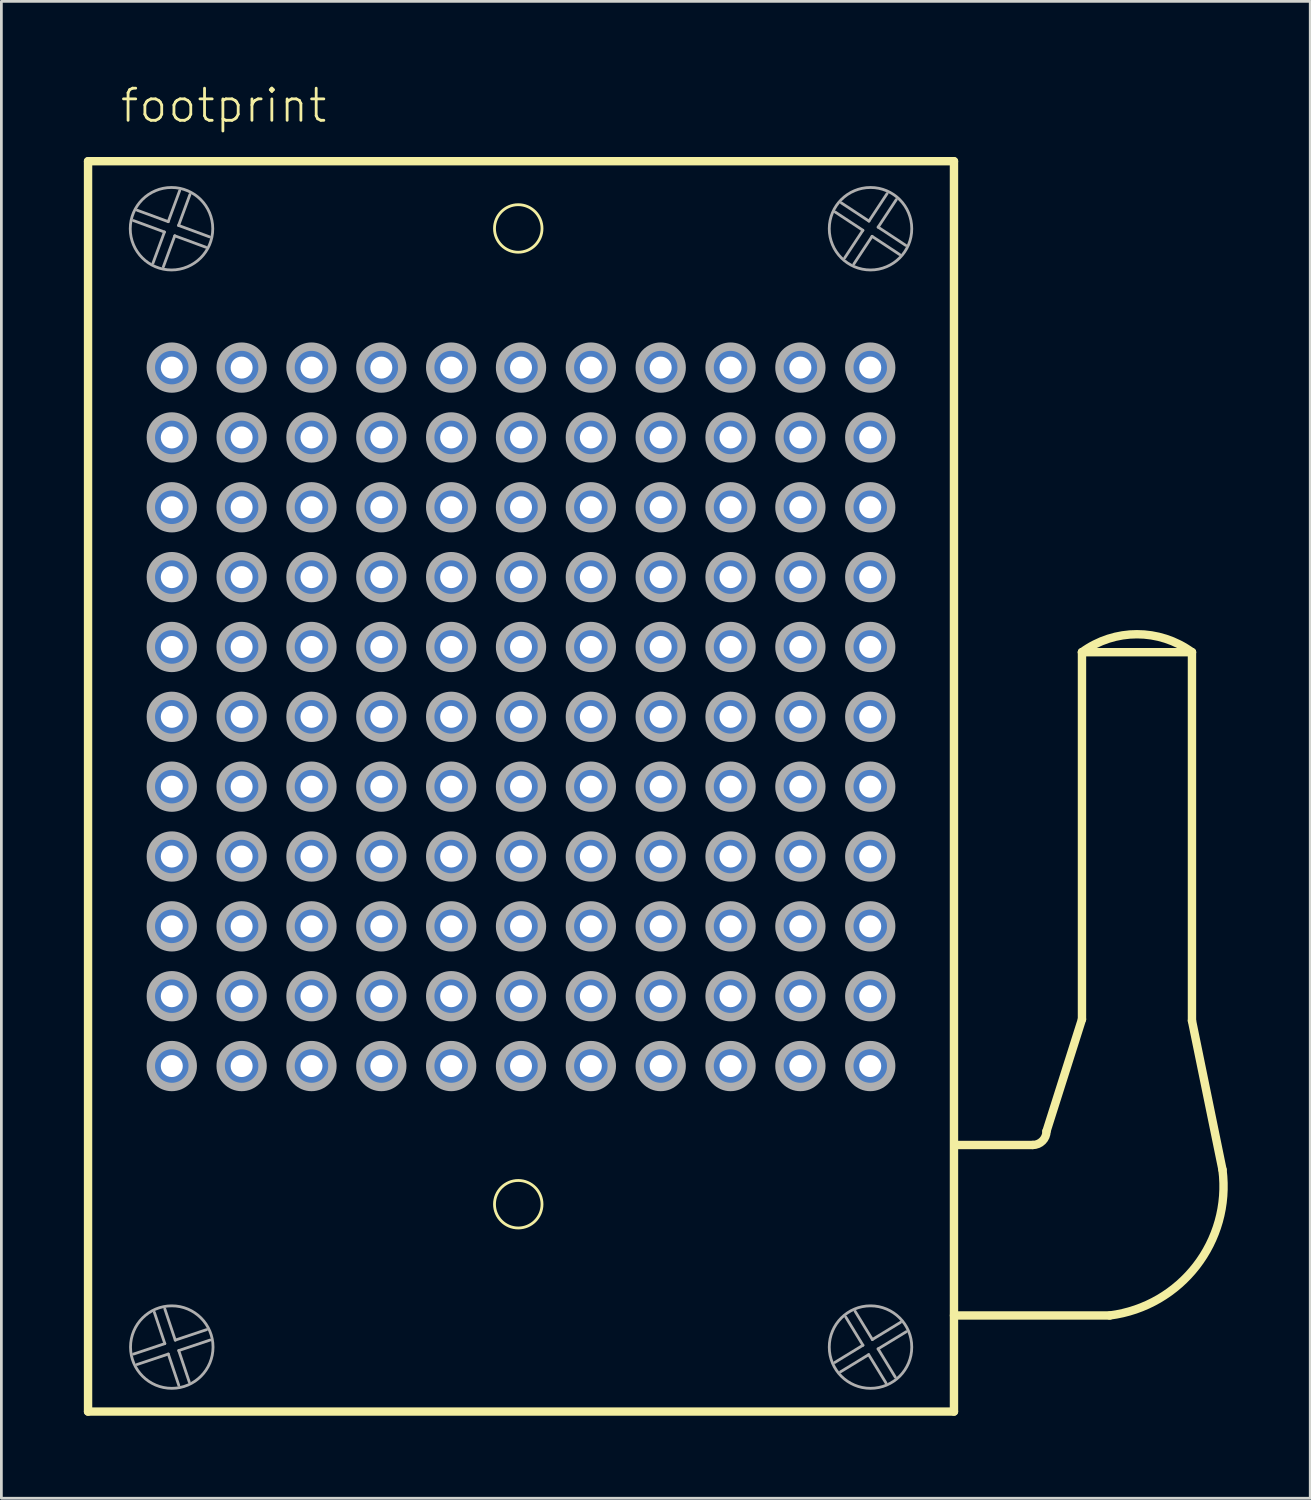
<source format=kicad_pcb>
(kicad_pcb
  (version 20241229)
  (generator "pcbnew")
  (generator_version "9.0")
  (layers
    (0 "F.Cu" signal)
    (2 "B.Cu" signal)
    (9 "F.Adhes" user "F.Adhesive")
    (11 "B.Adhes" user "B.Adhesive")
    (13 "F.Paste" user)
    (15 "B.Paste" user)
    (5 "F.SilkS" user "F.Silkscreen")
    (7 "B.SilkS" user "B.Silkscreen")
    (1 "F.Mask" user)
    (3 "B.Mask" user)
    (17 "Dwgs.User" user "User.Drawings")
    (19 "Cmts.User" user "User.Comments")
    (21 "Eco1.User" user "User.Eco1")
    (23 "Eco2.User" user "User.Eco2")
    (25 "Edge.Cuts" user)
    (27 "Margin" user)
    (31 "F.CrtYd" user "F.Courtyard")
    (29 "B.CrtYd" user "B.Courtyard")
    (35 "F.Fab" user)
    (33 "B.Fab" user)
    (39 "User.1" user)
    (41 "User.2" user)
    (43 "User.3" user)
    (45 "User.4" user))
  (footprint "footprint"
    (layer "F.Cu")
    (at 15.897 23.018)
    (property "Reference" "footprint" (at -14.635 -21.545 0) (layer "F.SilkS") (effects (font (size 1.168 1.168) (thickness 0.102)) (justify left bottom)))
    (fp_line (start -15.745 -20.205) (end 15.745 -20.205) (stroke (width 0.305) (type solid)) (layer "F.SilkS"))
    (fp_line (start -15.745 25.265) (end -15.745 -20.205) (stroke (width 0.305) (type solid)) (layer "F.SilkS"))
    (fp_line (start 15.745 -20.205) (end 15.745 25.265) (stroke (width 0.305) (type solid)) (layer "F.SilkS"))
    (fp_line (start 15.745 25.265) (end -15.745 25.265) (stroke (width 0.305) (type solid)) (layer "F.SilkS"))
    (fp_line (start 18.61 15.57) (end 15.846 15.57) (stroke (width 0.305) (type solid)) (layer "F.SilkS"))
    (fp_line (start 19.11 15.07) (end 20.4 11) (stroke (width 0.305) (type solid)) (layer "F.SilkS"))
    (fp_line (start 20.4 -2.35) (end 24.4 -2.35) (stroke (width 0.305) (type solid)) (layer "F.SilkS"))
    (fp_line (start 20.4 11) (end 20.4 -2.35) (stroke (width 0.305) (type solid)) (layer "F.SilkS"))
    (fp_line (start 21.41 21.77) (end 15.746 21.77) (stroke (width 0.305) (type solid)) (layer "F.SilkS"))
    (fp_line (start 24.4 -2.35) (end 24.4 11.05) (stroke (width 0.305) (type solid)) (layer "F.SilkS"))
    (fp_line (start 24.4 11.05) (end 25.51 16.47) (stroke (width 0.305) (type solid)) (layer "F.SilkS"))
    (fp_arc (start 19.11 15.07) (mid 18.963553 15.423553) (end 18.61 15.57) (stroke (width 0.3048) (type solid)) (layer "F.SilkS"))
    (fp_arc (start 20.4 -2.35) (mid 22.4 -3.003325) (end 24.4 -2.35) (stroke (width 0.3048) (type solid)) (layer "F.SilkS"))
    (fp_arc (start 25.51 16.47) (mid 24.557666 19.969138) (end 21.41 21.77) (stroke (width 0.3048) (type solid)) (layer "F.SilkS"))
    (fp_circle (center -0.1 -17.76) (end 0.764 -17.76) (stroke (width 0.102) (type solid)) (fill no) (layer "F.SilkS"))
    (fp_circle (center -0.1 17.725) (end 0.764 17.725) (stroke (width 0.102) (type solid)) (fill no) (layer "F.SilkS"))
    (fp_line (start -14.091 23.174) (end -12.953 22.794) (stroke (width 0.102) (type solid)) (layer "F.Fab"))
    (fp_line (start -13.955 -18.421) (end -12.829 -18.007) (stroke (width 0.102) (type solid)) (layer "F.Fab"))
    (fp_line (start -13.381 -16.505) (end -12.967 -17.631) (stroke (width 0.102) (type solid)) (layer "F.Fab"))
    (fp_line (start -12.967 -17.631) (end -14.093 -18.046) (stroke (width 0.102) (type solid)) (layer "F.Fab"))
    (fp_line (start -12.954 21.529) (end -12.574 22.667) (stroke (width 0.102) (type solid)) (layer "F.Fab"))
    (fp_line (start -12.953 22.794) (end -13.334 21.656) (stroke (width 0.102) (type solid)) (layer "F.Fab"))
    (fp_line (start -12.829 -18.007) (end -12.414 -19.133) (stroke (width 0.102) (type solid)) (layer "F.Fab"))
    (fp_line (start -12.826 23.173) (end -13.964 23.554) (stroke (width 0.102) (type solid)) (layer "F.Fab"))
    (fp_line (start -12.591 -17.493) (end -13.006 -16.367) (stroke (width 0.102) (type solid)) (layer "F.Fab"))
    (fp_line (start -12.574 22.667) (end -11.436 22.286) (stroke (width 0.102) (type solid)) (layer "F.Fab"))
    (fp_line (start -12.453 -17.869) (end -11.327 -17.454) (stroke (width 0.102) (type solid)) (layer "F.Fab"))
    (fp_line (start -12.447 23.046) (end -12.066 24.184) (stroke (width 0.102) (type solid)) (layer "F.Fab"))
    (fp_line (start -12.445 24.311) (end -12.826 23.173) (stroke (width 0.102) (type solid)) (layer "F.Fab"))
    (fp_line (start -12.039 -18.995) (end -12.453 -17.869) (stroke (width 0.102) (type solid)) (layer "F.Fab"))
    (fp_line (start -11.465 -17.079) (end -12.591 -17.493) (stroke (width 0.102) (type solid)) (layer "F.Fab"))
    (fp_line (start -11.309 22.665) (end -12.447 23.046) (stroke (width 0.102) (type solid)) (layer "F.Fab"))
    (fp_line (start 11.411 23.479) (end 12.435 22.853) (stroke (width 0.102) (type solid)) (layer "F.Fab"))
    (fp_line (start 11.651 -18.688) (end 12.653 -18.027) (stroke (width 0.102) (type solid)) (layer "F.Fab"))
    (fp_line (start 11.772 -16.691) (end 12.433 -17.693) (stroke (width 0.102) (type solid)) (layer "F.Fab"))
    (fp_line (start 12.151 21.621) (end 12.777 22.645) (stroke (width 0.102) (type solid)) (layer "F.Fab"))
    (fp_line (start 12.433 -17.693) (end 11.431 -18.354) (stroke (width 0.102) (type solid)) (layer "F.Fab"))
    (fp_line (start 12.435 22.853) (end 11.81 21.829) (stroke (width 0.102) (type solid)) (layer "F.Fab"))
    (fp_line (start 12.643 23.195) (end 11.619 23.82) (stroke (width 0.102) (type solid)) (layer "F.Fab"))
    (fp_line (start 12.653 -18.027) (end 13.314 -19.029) (stroke (width 0.102) (type solid)) (layer "F.Fab"))
    (fp_line (start 12.767 -17.473) (end 12.106 -16.471) (stroke (width 0.102) (type solid)) (layer "F.Fab"))
    (fp_line (start 12.777 22.645) (end 13.801 22.02) (stroke (width 0.102) (type solid)) (layer "F.Fab"))
    (fp_line (start 12.985 22.986) (end 13.61 24.011) (stroke (width 0.102) (type solid)) (layer "F.Fab"))
    (fp_line (start 12.987 -17.807) (end 13.989 -17.146) (stroke (width 0.102) (type solid)) (layer "F.Fab"))
    (fp_line (start 13.269 24.219) (end 12.643 23.195) (stroke (width 0.102) (type solid)) (layer "F.Fab"))
    (fp_line (start 13.648 -18.809) (end 12.987 -17.807) (stroke (width 0.102) (type solid)) (layer "F.Fab"))
    (fp_line (start 13.769 -16.812) (end 12.767 -17.473) (stroke (width 0.102) (type solid)) (layer "F.Fab"))
    (fp_line (start 14.009 22.361) (end 12.985 22.986) (stroke (width 0.102) (type solid)) (layer "F.Fab"))
    (fp_circle (center -12.71 -17.75) (end -11.21 -17.75) (stroke (width 0.102) (type solid)) (fill no) (layer "F.Fab"))
    (fp_circle (center -12.7 -12.7) (end -11.938 -12.7) (stroke (width 0.305) (type solid)) (fill no) (layer "F.Fab"))
    (fp_circle (center -12.7 -10.16) (end -11.938 -10.16) (stroke (width 0.305) (type solid)) (fill no) (layer "F.Fab"))
    (fp_circle (center -12.7 -7.62) (end -11.938 -7.62) (stroke (width 0.305) (type solid)) (fill no) (layer "F.Fab"))
    (fp_circle (center -12.7 -5.08) (end -11.938 -5.08) (stroke (width 0.305) (type solid)) (fill no) (layer "F.Fab"))
    (fp_circle (center -12.7 -2.54) (end -11.938 -2.54) (stroke (width 0.305) (type solid)) (fill no) (layer "F.Fab"))
    (fp_circle (center -12.7 0) (end -11.938 0) (stroke (width 0.305) (type solid)) (fill no) (layer "F.Fab"))
    (fp_circle (center -12.7 2.54) (end -11.938 2.54) (stroke (width 0.305) (type solid)) (fill no) (layer "F.Fab"))
    (fp_circle (center -12.7 5.08) (end -11.938 5.08) (stroke (width 0.305) (type solid)) (fill no) (layer "F.Fab"))
    (fp_circle (center -12.7 7.62) (end -11.938 7.62) (stroke (width 0.305) (type solid)) (fill no) (layer "F.Fab"))
    (fp_circle (center -12.7 10.16) (end -11.938 10.16) (stroke (width 0.305) (type solid)) (fill no) (layer "F.Fab"))
    (fp_circle (center -12.7 12.7) (end -11.938 12.7) (stroke (width 0.305) (type solid)) (fill no) (layer "F.Fab"))
    (fp_circle (center -12.7 22.92) (end -11.2 22.92) (stroke (width 0.102) (type solid)) (fill no) (layer "F.Fab"))
    (fp_circle (center -10.16 -12.7) (end -9.398 -12.7) (stroke (width 0.305) (type solid)) (fill no) (layer "F.Fab"))
    (fp_circle (center -10.16 -10.16) (end -9.398 -10.16) (stroke (width 0.305) (type solid)) (fill no) (layer "F.Fab"))
    (fp_circle (center -10.16 -7.62) (end -9.398 -7.62) (stroke (width 0.305) (type solid)) (fill no) (layer "F.Fab"))
    (fp_circle (center -10.16 -5.08) (end -9.398 -5.08) (stroke (width 0.305) (type solid)) (fill no) (layer "F.Fab"))
    (fp_circle (center -10.16 -2.54) (end -9.398 -2.54) (stroke (width 0.305) (type solid)) (fill no) (layer "F.Fab"))
    (fp_circle (center -10.16 0) (end -9.398 0) (stroke (width 0.305) (type solid)) (fill no) (layer "F.Fab"))
    (fp_circle (center -10.16 2.54) (end -9.398 2.54) (stroke (width 0.305) (type solid)) (fill no) (layer "F.Fab"))
    (fp_circle (center -10.16 5.08) (end -9.398 5.08) (stroke (width 0.305) (type solid)) (fill no) (layer "F.Fab"))
    (fp_circle (center -10.16 7.62) (end -9.398 7.62) (stroke (width 0.305) (type solid)) (fill no) (layer "F.Fab"))
    (fp_circle (center -10.16 10.16) (end -9.398 10.16) (stroke (width 0.305) (type solid)) (fill no) (layer "F.Fab"))
    (fp_circle (center -10.16 12.7) (end -9.398 12.7) (stroke (width 0.305) (type solid)) (fill no) (layer "F.Fab"))
    (fp_circle (center -7.62 -12.7) (end -6.858 -12.7) (stroke (width 0.305) (type solid)) (fill no) (layer "F.Fab"))
    (fp_circle (center -7.62 -10.16) (end -6.858 -10.16) (stroke (width 0.305) (type solid)) (fill no) (layer "F.Fab"))
    (fp_circle (center -7.62 -7.62) (end -6.858 -7.62) (stroke (width 0.305) (type solid)) (fill no) (layer "F.Fab"))
    (fp_circle (center -7.62 -5.08) (end -6.858 -5.08) (stroke (width 0.305) (type solid)) (fill no) (layer "F.Fab"))
    (fp_circle (center -7.62 -2.54) (end -6.858 -2.54) (stroke (width 0.305) (type solid)) (fill no) (layer "F.Fab"))
    (fp_circle (center -7.62 0) (end -6.858 0) (stroke (width 0.305) (type solid)) (fill no) (layer "F.Fab"))
    (fp_circle (center -7.62 2.54) (end -6.858 2.54) (stroke (width 0.305) (type solid)) (fill no) (layer "F.Fab"))
    (fp_circle (center -7.62 5.08) (end -6.858 5.08) (stroke (width 0.305) (type solid)) (fill no) (layer "F.Fab"))
    (fp_circle (center -7.62 7.62) (end -6.858 7.62) (stroke (width 0.305) (type solid)) (fill no) (layer "F.Fab"))
    (fp_circle (center -7.62 10.16) (end -6.858 10.16) (stroke (width 0.305) (type solid)) (fill no) (layer "F.Fab"))
    (fp_circle (center -7.62 12.7) (end -6.858 12.7) (stroke (width 0.305) (type solid)) (fill no) (layer "F.Fab"))
    (fp_circle (center -5.08 -12.7) (end -4.318 -12.7) (stroke (width 0.305) (type solid)) (fill no) (layer "F.Fab"))
    (fp_circle (center -5.08 -10.16) (end -4.318 -10.16) (stroke (width 0.305) (type solid)) (fill no) (layer "F.Fab"))
    (fp_circle (center -5.08 -7.62) (end -4.318 -7.62) (stroke (width 0.305) (type solid)) (fill no) (layer "F.Fab"))
    (fp_circle (center -5.08 -5.08) (end -4.318 -5.08) (stroke (width 0.305) (type solid)) (fill no) (layer "F.Fab"))
    (fp_circle (center -5.08 -2.54) (end -4.318 -2.54) (stroke (width 0.305) (type solid)) (fill no) (layer "F.Fab"))
    (fp_circle (center -5.08 0) (end -4.318 0) (stroke (width 0.305) (type solid)) (fill no) (layer "F.Fab"))
    (fp_circle (center -5.08 2.54) (end -4.318 2.54) (stroke (width 0.305) (type solid)) (fill no) (layer "F.Fab"))
    (fp_circle (center -5.08 5.08) (end -4.318 5.08) (stroke (width 0.305) (type solid)) (fill no) (layer "F.Fab"))
    (fp_circle (center -5.08 7.62) (end -4.318 7.62) (stroke (width 0.305) (type solid)) (fill no) (layer "F.Fab"))
    (fp_circle (center -5.08 10.16) (end -4.318 10.16) (stroke (width 0.305) (type solid)) (fill no) (layer "F.Fab"))
    (fp_circle (center -5.08 12.7) (end -4.318 12.7) (stroke (width 0.305) (type solid)) (fill no) (layer "F.Fab"))
    (fp_circle (center -2.54 -12.7) (end -1.778 -12.7) (stroke (width 0.305) (type solid)) (fill no) (layer "F.Fab"))
    (fp_circle (center -2.54 -10.16) (end -1.778 -10.16) (stroke (width 0.305) (type solid)) (fill no) (layer "F.Fab"))
    (fp_circle (center -2.54 -7.62) (end -1.778 -7.62) (stroke (width 0.305) (type solid)) (fill no) (layer "F.Fab"))
    (fp_circle (center -2.54 -5.08) (end -1.778 -5.08) (stroke (width 0.305) (type solid)) (fill no) (layer "F.Fab"))
    (fp_circle (center -2.54 -2.54) (end -1.778 -2.54) (stroke (width 0.305) (type solid)) (fill no) (layer "F.Fab"))
    (fp_circle (center -2.54 0) (end -1.778 0) (stroke (width 0.305) (type solid)) (fill no) (layer "F.Fab"))
    (fp_circle (center -2.54 2.54) (end -1.778 2.54) (stroke (width 0.305) (type solid)) (fill no) (layer "F.Fab"))
    (fp_circle (center -2.54 5.08) (end -1.778 5.08) (stroke (width 0.305) (type solid)) (fill no) (layer "F.Fab"))
    (fp_circle (center -2.54 7.62) (end -1.778 7.62) (stroke (width 0.305) (type solid)) (fill no) (layer "F.Fab"))
    (fp_circle (center -2.54 10.16) (end -1.778 10.16) (stroke (width 0.305) (type solid)) (fill no) (layer "F.Fab"))
    (fp_circle (center -2.54 12.7) (end -1.778 12.7) (stroke (width 0.305) (type solid)) (fill no) (layer "F.Fab"))
    (fp_circle (center 0 -12.7) (end 0.762 -12.7) (stroke (width 0.305) (type solid)) (fill no) (layer "F.Fab"))
    (fp_circle (center 0 -10.16) (end 0.762 -10.16) (stroke (width 0.305) (type solid)) (fill no) (layer "F.Fab"))
    (fp_circle (center 0 -7.62) (end 0.762 -7.62) (stroke (width 0.305) (type solid)) (fill no) (layer "F.Fab"))
    (fp_circle (center 0 -5.08) (end 0.762 -5.08) (stroke (width 0.305) (type solid)) (fill no) (layer "F.Fab"))
    (fp_circle (center 0 -2.54) (end 0.762 -2.54) (stroke (width 0.305) (type solid)) (fill no) (layer "F.Fab"))
    (fp_circle (center 0 0) (end 0.762 0) (stroke (width 0.305) (type solid)) (fill no) (layer "F.Fab"))
    (fp_circle (center 0 2.54) (end 0.762 2.54) (stroke (width 0.305) (type solid)) (fill no) (layer "F.Fab"))
    (fp_circle (center 0 5.08) (end 0.762 5.08) (stroke (width 0.305) (type solid)) (fill no) (layer "F.Fab"))
    (fp_circle (center 0 7.62) (end 0.762 7.62) (stroke (width 0.305) (type solid)) (fill no) (layer "F.Fab"))
    (fp_circle (center 0 10.16) (end 0.762 10.16) (stroke (width 0.305) (type solid)) (fill no) (layer "F.Fab"))
    (fp_circle (center 0 12.7) (end 0.762 12.7) (stroke (width 0.305) (type solid)) (fill no) (layer "F.Fab"))
    (fp_circle (center 2.54 -12.7) (end 3.302 -12.7) (stroke (width 0.305) (type solid)) (fill no) (layer "F.Fab"))
    (fp_circle (center 2.54 -10.16) (end 3.302 -10.16) (stroke (width 0.305) (type solid)) (fill no) (layer "F.Fab"))
    (fp_circle (center 2.54 -7.62) (end 3.302 -7.62) (stroke (width 0.305) (type solid)) (fill no) (layer "F.Fab"))
    (fp_circle (center 2.54 -5.08) (end 3.302 -5.08) (stroke (width 0.305) (type solid)) (fill no) (layer "F.Fab"))
    (fp_circle (center 2.54 -2.54) (end 3.302 -2.54) (stroke (width 0.305) (type solid)) (fill no) (layer "F.Fab"))
    (fp_circle (center 2.54 0) (end 3.302 0) (stroke (width 0.305) (type solid)) (fill no) (layer "F.Fab"))
    (fp_circle (center 2.54 2.54) (end 3.302 2.54) (stroke (width 0.305) (type solid)) (fill no) (layer "F.Fab"))
    (fp_circle (center 2.54 5.08) (end 3.302 5.08) (stroke (width 0.305) (type solid)) (fill no) (layer "F.Fab"))
    (fp_circle (center 2.54 7.62) (end 3.302 7.62) (stroke (width 0.305) (type solid)) (fill no) (layer "F.Fab"))
    (fp_circle (center 2.54 10.16) (end 3.302 10.16) (stroke (width 0.305) (type solid)) (fill no) (layer "F.Fab"))
    (fp_circle (center 2.54 12.7) (end 3.302 12.7) (stroke (width 0.305) (type solid)) (fill no) (layer "F.Fab"))
    (fp_circle (center 5.08 -12.7) (end 5.842 -12.7) (stroke (width 0.305) (type solid)) (fill no) (layer "F.Fab"))
    (fp_circle (center 5.08 -10.16) (end 5.842 -10.16) (stroke (width 0.305) (type solid)) (fill no) (layer "F.Fab"))
    (fp_circle (center 5.08 -7.62) (end 5.842 -7.62) (stroke (width 0.305) (type solid)) (fill no) (layer "F.Fab"))
    (fp_circle (center 5.08 -5.08) (end 5.842 -5.08) (stroke (width 0.305) (type solid)) (fill no) (layer "F.Fab"))
    (fp_circle (center 5.08 -2.54) (end 5.842 -2.54) (stroke (width 0.305) (type solid)) (fill no) (layer "F.Fab"))
    (fp_circle (center 5.08 0) (end 5.842 0) (stroke (width 0.305) (type solid)) (fill no) (layer "F.Fab"))
    (fp_circle (center 5.08 2.54) (end 5.842 2.54) (stroke (width 0.305) (type solid)) (fill no) (layer "F.Fab"))
    (fp_circle (center 5.08 5.08) (end 5.842 5.08) (stroke (width 0.305) (type solid)) (fill no) (layer "F.Fab"))
    (fp_circle (center 5.08 7.62) (end 5.842 7.62) (stroke (width 0.305) (type solid)) (fill no) (layer "F.Fab"))
    (fp_circle (center 5.08 10.16) (end 5.842 10.16) (stroke (width 0.305) (type solid)) (fill no) (layer "F.Fab"))
    (fp_circle (center 5.08 12.7) (end 5.842 12.7) (stroke (width 0.305) (type solid)) (fill no) (layer "F.Fab"))
    (fp_circle (center 7.62 -12.7) (end 8.382 -12.7) (stroke (width 0.305) (type solid)) (fill no) (layer "F.Fab"))
    (fp_circle (center 7.62 -10.16) (end 8.382 -10.16) (stroke (width 0.305) (type solid)) (fill no) (layer "F.Fab"))
    (fp_circle (center 7.62 -7.62) (end 8.382 -7.62) (stroke (width 0.305) (type solid)) (fill no) (layer "F.Fab"))
    (fp_circle (center 7.62 -5.08) (end 8.382 -5.08) (stroke (width 0.305) (type solid)) (fill no) (layer "F.Fab"))
    (fp_circle (center 7.62 -2.54) (end 8.382 -2.54) (stroke (width 0.305) (type solid)) (fill no) (layer "F.Fab"))
    (fp_circle (center 7.62 0) (end 8.382 0) (stroke (width 0.305) (type solid)) (fill no) (layer "F.Fab"))
    (fp_circle (center 7.62 2.54) (end 8.382 2.54) (stroke (width 0.305) (type solid)) (fill no) (layer "F.Fab"))
    (fp_circle (center 7.62 5.08) (end 8.382 5.08) (stroke (width 0.305) (type solid)) (fill no) (layer "F.Fab"))
    (fp_circle (center 7.62 7.62) (end 8.382 7.62) (stroke (width 0.305) (type solid)) (fill no) (layer "F.Fab"))
    (fp_circle (center 7.62 10.16) (end 8.382 10.16) (stroke (width 0.305) (type solid)) (fill no) (layer "F.Fab"))
    (fp_circle (center 7.62 12.7) (end 8.382 12.7) (stroke (width 0.305) (type solid)) (fill no) (layer "F.Fab"))
    (fp_circle (center 10.16 -12.7) (end 10.922 -12.7) (stroke (width 0.305) (type solid)) (fill no) (layer "F.Fab"))
    (fp_circle (center 10.16 -10.16) (end 10.922 -10.16) (stroke (width 0.305) (type solid)) (fill no) (layer "F.Fab"))
    (fp_circle (center 10.16 -7.62) (end 10.922 -7.62) (stroke (width 0.305) (type solid)) (fill no) (layer "F.Fab"))
    (fp_circle (center 10.16 -5.08) (end 10.922 -5.08) (stroke (width 0.305) (type solid)) (fill no) (layer "F.Fab"))
    (fp_circle (center 10.16 -2.54) (end 10.922 -2.54) (stroke (width 0.305) (type solid)) (fill no) (layer "F.Fab"))
    (fp_circle (center 10.16 0) (end 10.922 0) (stroke (width 0.305) (type solid)) (fill no) (layer "F.Fab"))
    (fp_circle (center 10.16 2.54) (end 10.922 2.54) (stroke (width 0.305) (type solid)) (fill no) (layer "F.Fab"))
    (fp_circle (center 10.16 5.08) (end 10.922 5.08) (stroke (width 0.305) (type solid)) (fill no) (layer "F.Fab"))
    (fp_circle (center 10.16 7.62) (end 10.922 7.62) (stroke (width 0.305) (type solid)) (fill no) (layer "F.Fab"))
    (fp_circle (center 10.16 10.16) (end 10.922 10.16) (stroke (width 0.305) (type solid)) (fill no) (layer "F.Fab"))
    (fp_circle (center 10.16 12.7) (end 10.922 12.7) (stroke (width 0.305) (type solid)) (fill no) (layer "F.Fab"))
    (fp_circle (center 12.7 -12.7) (end 13.462 -12.7) (stroke (width 0.305) (type solid)) (fill no) (layer "F.Fab"))
    (fp_circle (center 12.7 -10.16) (end 13.462 -10.16) (stroke (width 0.305) (type solid)) (fill no) (layer "F.Fab"))
    (fp_circle (center 12.7 -7.62) (end 13.462 -7.62) (stroke (width 0.305) (type solid)) (fill no) (layer "F.Fab"))
    (fp_circle (center 12.7 -5.08) (end 13.462 -5.08) (stroke (width 0.305) (type solid)) (fill no) (layer "F.Fab"))
    (fp_circle (center 12.7 -2.54) (end 13.462 -2.54) (stroke (width 0.305) (type solid)) (fill no) (layer "F.Fab"))
    (fp_circle (center 12.7 0) (end 13.462 0) (stroke (width 0.305) (type solid)) (fill no) (layer "F.Fab"))
    (fp_circle (center 12.7 2.54) (end 13.462 2.54) (stroke (width 0.305) (type solid)) (fill no) (layer "F.Fab"))
    (fp_circle (center 12.7 5.08) (end 13.462 5.08) (stroke (width 0.305) (type solid)) (fill no) (layer "F.Fab"))
    (fp_circle (center 12.7 7.62) (end 13.462 7.62) (stroke (width 0.305) (type solid)) (fill no) (layer "F.Fab"))
    (fp_circle (center 12.7 10.16) (end 13.462 10.16) (stroke (width 0.305) (type solid)) (fill no) (layer "F.Fab"))
    (fp_circle (center 12.7 12.7) (end 13.462 12.7) (stroke (width 0.305) (type solid)) (fill no) (layer "F.Fab"))
    (fp_circle (center 12.71 -17.75) (end 14.21 -17.75) (stroke (width 0.102) (type solid)) (fill no) (layer "F.Fab"))
    (fp_circle (center 12.71 22.92) (end 14.21 22.92) (stroke (width 0.102) (type solid)) (fill no) (layer "F.Fab"))
    (pad "A1" thru_hole circle (at -12.7 -12.7) (size 1.4 1.4) (drill 0.8) (layers "*.Cu" "*.Mask"))
    (pad "A2" thru_hole circle (at -10.16 -12.7) (size 1.4 1.4) (drill 0.8) (layers "*.Cu" "*.Mask"))
    (pad "A3" thru_hole circle (at -7.62 -12.7) (size 1.4 1.4) (drill 0.8) (layers "*.Cu" "*.Mask"))
    (pad "A4" thru_hole circle (at -5.08 -12.7) (size 1.4 1.4) (drill 0.8) (layers "*.Cu" "*.Mask"))
    (pad "A5" thru_hole circle (at -2.54 -12.7) (size 1.4 1.4) (drill 0.8) (layers "*.Cu" "*.Mask"))
    (pad "A6" thru_hole circle (at 0 -12.7) (size 1.4 1.4) (drill 0.8) (layers "*.Cu" "*.Mask"))
    (pad "A7" thru_hole circle (at 2.54 -12.7) (size 1.4 1.4) (drill 0.8) (layers "*.Cu" "*.Mask"))
    (pad "A8" thru_hole circle (at 5.08 -12.7) (size 1.4 1.4) (drill 0.8) (layers "*.Cu" "*.Mask"))
    (pad "A9" thru_hole circle (at 7.62 -12.7) (size 1.4 1.4) (drill 0.8) (layers "*.Cu" "*.Mask"))
    (pad "A10" thru_hole circle (at 10.16 -12.7) (size 1.4 1.4) (drill 0.8) (layers "*.Cu" "*.Mask"))
    (pad "A11" thru_hole circle (at 12.7 -12.7) (size 1.4 1.4) (drill 0.8) (layers "*.Cu" "*.Mask"))
    (pad "B1" thru_hole circle (at -12.7 -10.16) (size 1.4 1.4) (drill 0.8) (layers "*.Cu" "*.Mask"))
    (pad "B2" thru_hole circle (at -10.16 -10.16) (size 1.4 1.4) (drill 0.8) (layers "*.Cu" "*.Mask"))
    (pad "B3" thru_hole circle (at -7.62 -10.16) (size 1.4 1.4) (drill 0.8) (layers "*.Cu" "*.Mask"))
    (pad "B4" thru_hole circle (at -5.08 -10.16) (size 1.4 1.4) (drill 0.8) (layers "*.Cu" "*.Mask"))
    (pad "B5" thru_hole circle (at -2.54 -10.16) (size 1.4 1.4) (drill 0.8) (layers "*.Cu" "*.Mask"))
    (pad "B6" thru_hole circle (at 0 -10.16) (size 1.4 1.4) (drill 0.8) (layers "*.Cu" "*.Mask"))
    (pad "B7" thru_hole circle (at 2.54 -10.16) (size 1.4 1.4) (drill 0.8) (layers "*.Cu" "*.Mask"))
    (pad "B8" thru_hole circle (at 5.08 -10.16) (size 1.4 1.4) (drill 0.8) (layers "*.Cu" "*.Mask"))
    (pad "B9" thru_hole circle (at 7.62 -10.16) (size 1.4 1.4) (drill 0.8) (layers "*.Cu" "*.Mask"))
    (pad "B10" thru_hole circle (at 10.16 -10.16) (size 1.4 1.4) (drill 0.8) (layers "*.Cu" "*.Mask"))
    (pad "B11" thru_hole circle (at 12.7 -10.16) (size 1.4 1.4) (drill 0.8) (layers "*.Cu" "*.Mask"))
    (pad "C1" thru_hole circle (at -12.7 -7.62) (size 1.4 1.4) (drill 0.8) (layers "*.Cu" "*.Mask"))
    (pad "C2" thru_hole circle (at -10.16 -7.62) (size 1.4 1.4) (drill 0.8) (layers "*.Cu" "*.Mask"))
    (pad "C3" thru_hole circle (at -7.62 -7.62) (size 1.4 1.4) (drill 0.8) (layers "*.Cu" "*.Mask"))
    (pad "C4" thru_hole circle (at -5.08 -7.62) (size 1.4 1.4) (drill 0.8) (layers "*.Cu" "*.Mask"))
    (pad "C5" thru_hole circle (at -2.54 -7.62) (size 1.4 1.4) (drill 0.8) (layers "*.Cu" "*.Mask"))
    (pad "C6" thru_hole circle (at 0 -7.62) (size 1.4 1.4) (drill 0.8) (layers "*.Cu" "*.Mask"))
    (pad "C7" thru_hole circle (at 2.54 -7.62) (size 1.4 1.4) (drill 0.8) (layers "*.Cu" "*.Mask"))
    (pad "C8" thru_hole circle (at 5.08 -7.62) (size 1.4 1.4) (drill 0.8) (layers "*.Cu" "*.Mask"))
    (pad "C9" thru_hole circle (at 7.62 -7.62) (size 1.4 1.4) (drill 0.8) (layers "*.Cu" "*.Mask"))
    (pad "C10" thru_hole circle (at 10.16 -7.62) (size 1.4 1.4) (drill 0.8) (layers "*.Cu" "*.Mask"))
    (pad "C11" thru_hole circle (at 12.7 -7.62) (size 1.4 1.4) (drill 0.8) (layers "*.Cu" "*.Mask"))
    (pad "D1" thru_hole circle (at -12.7 -5.08) (size 1.4 1.4) (drill 0.8) (layers "*.Cu" "*.Mask"))
    (pad "D2" thru_hole circle (at -10.16 -5.08) (size 1.4 1.4) (drill 0.8) (layers "*.Cu" "*.Mask"))
    (pad "D3" thru_hole circle (at -7.62 -5.08) (size 1.4 1.4) (drill 0.8) (layers "*.Cu" "*.Mask"))
    (pad "D4" thru_hole circle (at -5.08 -5.08) (size 1.4 1.4) (drill 0.8) (layers "*.Cu" "*.Mask"))
    (pad "D5" thru_hole circle (at -2.54 -5.08) (size 1.4 1.4) (drill 0.8) (layers "*.Cu" "*.Mask"))
    (pad "D6" thru_hole circle (at 0 -5.08) (size 1.4 1.4) (drill 0.8) (layers "*.Cu" "*.Mask"))
    (pad "D7" thru_hole circle (at 2.54 -5.08) (size 1.4 1.4) (drill 0.8) (layers "*.Cu" "*.Mask"))
    (pad "D8" thru_hole circle (at 5.08 -5.08) (size 1.4 1.4) (drill 0.8) (layers "*.Cu" "*.Mask"))
    (pad "D9" thru_hole circle (at 7.62 -5.08) (size 1.4 1.4) (drill 0.8) (layers "*.Cu" "*.Mask"))
    (pad "D10" thru_hole circle (at 10.16 -5.08) (size 1.4 1.4) (drill 0.8) (layers "*.Cu" "*.Mask"))
    (pad "D11" thru_hole circle (at 12.7 -5.08) (size 1.4 1.4) (drill 0.8) (layers "*.Cu" "*.Mask"))
    (pad "E1" thru_hole circle (at -12.7 -2.54) (size 1.4 1.4) (drill 0.8) (layers "*.Cu" "*.Mask"))
    (pad "E2" thru_hole circle (at -10.16 -2.54) (size 1.4 1.4) (drill 0.8) (layers "*.Cu" "*.Mask"))
    (pad "E3" thru_hole circle (at -7.62 -2.54) (size 1.4 1.4) (drill 0.8) (layers "*.Cu" "*.Mask"))
    (pad "E4" thru_hole circle (at -5.08 -2.54) (size 1.4 1.4) (drill 0.8) (layers "*.Cu" "*.Mask"))
    (pad "E5" thru_hole circle (at -2.54 -2.54) (size 1.4 1.4) (drill 0.8) (layers "*.Cu" "*.Mask"))
    (pad "E6" thru_hole circle (at 0 -2.54) (size 1.4 1.4) (drill 0.8) (layers "*.Cu" "*.Mask"))
    (pad "E7" thru_hole circle (at 2.54 -2.54) (size 1.4 1.4) (drill 0.8) (layers "*.Cu" "*.Mask"))
    (pad "E8" thru_hole circle (at 5.08 -2.54) (size 1.4 1.4) (drill 0.8) (layers "*.Cu" "*.Mask"))
    (pad "E9" thru_hole circle (at 7.62 -2.54) (size 1.4 1.4) (drill 0.8) (layers "*.Cu" "*.Mask"))
    (pad "E10" thru_hole circle (at 10.16 -2.54) (size 1.4 1.4) (drill 0.8) (layers "*.Cu" "*.Mask"))
    (pad "E11" thru_hole circle (at 12.7 -2.54) (size 1.4 1.4) (drill 0.8) (layers "*.Cu" "*.Mask"))
    (pad "F1" thru_hole circle (at -12.7 0) (size 1.4 1.4) (drill 0.8) (layers "*.Cu" "*.Mask"))
    (pad "F2" thru_hole circle (at -10.16 0) (size 1.4 1.4) (drill 0.8) (layers "*.Cu" "*.Mask"))
    (pad "F3" thru_hole circle (at -7.62 0) (size 1.4 1.4) (drill 0.8) (layers "*.Cu" "*.Mask"))
    (pad "F4" thru_hole circle (at -5.08 0) (size 1.4 1.4) (drill 0.8) (layers "*.Cu" "*.Mask"))
    (pad "F5" thru_hole circle (at -2.54 0) (size 1.4 1.4) (drill 0.8) (layers "*.Cu" "*.Mask"))
    (pad "F6" thru_hole circle (at 0 0) (size 1.4 1.4) (drill 0.8) (layers "*.Cu" "*.Mask"))
    (pad "F7" thru_hole circle (at 2.54 0) (size 1.4 1.4) (drill 0.8) (layers "*.Cu" "*.Mask"))
    (pad "F8" thru_hole circle (at 5.08 0) (size 1.4 1.4) (drill 0.8) (layers "*.Cu" "*.Mask"))
    (pad "F9" thru_hole circle (at 7.62 0) (size 1.4 1.4) (drill 0.8) (layers "*.Cu" "*.Mask"))
    (pad "F10" thru_hole circle (at 10.16 0) (size 1.4 1.4) (drill 0.8) (layers "*.Cu" "*.Mask"))
    (pad "F11" thru_hole circle (at 12.7 0) (size 1.4 1.4) (drill 0.8) (layers "*.Cu" "*.Mask"))
    (pad "G1" thru_hole circle (at -12.7 2.54) (size 1.4 1.4) (drill 0.8) (layers "*.Cu" "*.Mask"))
    (pad "G2" thru_hole circle (at -10.16 2.54) (size 1.4 1.4) (drill 0.8) (layers "*.Cu" "*.Mask"))
    (pad "G3" thru_hole circle (at -7.62 2.54) (size 1.4 1.4) (drill 0.8) (layers "*.Cu" "*.Mask"))
    (pad "G4" thru_hole circle (at -5.08 2.54) (size 1.4 1.4) (drill 0.8) (layers "*.Cu" "*.Mask"))
    (pad "G5" thru_hole circle (at -2.54 2.54) (size 1.4 1.4) (drill 0.8) (layers "*.Cu" "*.Mask"))
    (pad "G6" thru_hole circle (at 0 2.54) (size 1.4 1.4) (drill 0.8) (layers "*.Cu" "*.Mask"))
    (pad "G7" thru_hole circle (at 2.54 2.54) (size 1.4 1.4) (drill 0.8) (layers "*.Cu" "*.Mask"))
    (pad "G8" thru_hole circle (at 5.08 2.54) (size 1.4 1.4) (drill 0.8) (layers "*.Cu" "*.Mask"))
    (pad "G9" thru_hole circle (at 7.62 2.54) (size 1.4 1.4) (drill 0.8) (layers "*.Cu" "*.Mask"))
    (pad "G10" thru_hole circle (at 10.16 2.54) (size 1.4 1.4) (drill 0.8) (layers "*.Cu" "*.Mask"))
    (pad "G11" thru_hole circle (at 12.7 2.54) (size 1.4 1.4) (drill 0.8) (layers "*.Cu" "*.Mask"))
    (pad "H1" thru_hole circle (at -12.7 5.08) (size 1.4 1.4) (drill 0.8) (layers "*.Cu" "*.Mask"))
    (pad "H2" thru_hole circle (at -10.16 5.08) (size 1.4 1.4) (drill 0.8) (layers "*.Cu" "*.Mask"))
    (pad "H3" thru_hole circle (at -7.62 5.08) (size 1.4 1.4) (drill 0.8) (layers "*.Cu" "*.Mask"))
    (pad "H4" thru_hole circle (at -5.08 5.08) (size 1.4 1.4) (drill 0.8) (layers "*.Cu" "*.Mask"))
    (pad "H5" thru_hole circle (at -2.54 5.08) (size 1.4 1.4) (drill 0.8) (layers "*.Cu" "*.Mask"))
    (pad "H6" thru_hole circle (at 0 5.08) (size 1.4 1.4) (drill 0.8) (layers "*.Cu" "*.Mask"))
    (pad "H7" thru_hole circle (at 2.54 5.08) (size 1.4 1.4) (drill 0.8) (layers "*.Cu" "*.Mask"))
    (pad "H8" thru_hole circle (at 5.08 5.08) (size 1.4 1.4) (drill 0.8) (layers "*.Cu" "*.Mask"))
    (pad "H9" thru_hole circle (at 7.62 5.08) (size 1.4 1.4) (drill 0.8) (layers "*.Cu" "*.Mask"))
    (pad "H10" thru_hole circle (at 10.16 5.08) (size 1.4 1.4) (drill 0.8) (layers "*.Cu" "*.Mask"))
    (pad "H11" thru_hole circle (at 12.7 5.08) (size 1.4 1.4) (drill 0.8) (layers "*.Cu" "*.Mask"))
    (pad "J1" thru_hole circle (at -12.7 7.62) (size 1.4 1.4) (drill 0.8) (layers "*.Cu" "*.Mask"))
    (pad "J2" thru_hole circle (at -10.16 7.62) (size 1.4 1.4) (drill 0.8) (layers "*.Cu" "*.Mask"))
    (pad "J3" thru_hole circle (at -7.62 7.62) (size 1.4 1.4) (drill 0.8) (layers "*.Cu" "*.Mask"))
    (pad "J4" thru_hole circle (at -5.08 7.62) (size 1.4 1.4) (drill 0.8) (layers "*.Cu" "*.Mask"))
    (pad "J5" thru_hole circle (at -2.54 7.62) (size 1.4 1.4) (drill 0.8) (layers "*.Cu" "*.Mask"))
    (pad "J6" thru_hole circle (at 0 7.62) (size 1.4 1.4) (drill 0.8) (layers "*.Cu" "*.Mask"))
    (pad "J7" thru_hole circle (at 2.54 7.62) (size 1.4 1.4) (drill 0.8) (layers "*.Cu" "*.Mask"))
    (pad "J8" thru_hole circle (at 5.08 7.62) (size 1.4 1.4) (drill 0.8) (layers "*.Cu" "*.Mask"))
    (pad "J9" thru_hole circle (at 7.62 7.62) (size 1.4 1.4) (drill 0.8) (layers "*.Cu" "*.Mask"))
    (pad "J10" thru_hole circle (at 10.16 7.62) (size 1.4 1.4) (drill 0.8) (layers "*.Cu" "*.Mask"))
    (pad "J11" thru_hole circle (at 12.7 7.62) (size 1.4 1.4) (drill 0.8) (layers "*.Cu" "*.Mask"))
    (pad "K1" thru_hole circle (at -12.7 10.16) (size 1.4 1.4) (drill 0.8) (layers "*.Cu" "*.Mask"))
    (pad "K2" thru_hole circle (at -10.16 10.16) (size 1.4 1.4) (drill 0.8) (layers "*.Cu" "*.Mask"))
    (pad "K3" thru_hole circle (at -7.62 10.16) (size 1.4 1.4) (drill 0.8) (layers "*.Cu" "*.Mask"))
    (pad "K4" thru_hole circle (at -5.08 10.16) (size 1.4 1.4) (drill 0.8) (layers "*.Cu" "*.Mask"))
    (pad "K5" thru_hole circle (at -2.54 10.16) (size 1.4 1.4) (drill 0.8) (layers "*.Cu" "*.Mask"))
    (pad "K6" thru_hole circle (at 0 10.16) (size 1.4 1.4) (drill 0.8) (layers "*.Cu" "*.Mask"))
    (pad "K7" thru_hole circle (at 2.54 10.16) (size 1.4 1.4) (drill 0.8) (layers "*.Cu" "*.Mask"))
    (pad "K8" thru_hole circle (at 5.08 10.16) (size 1.4 1.4) (drill 0.8) (layers "*.Cu" "*.Mask"))
    (pad "K9" thru_hole circle (at 7.62 10.16) (size 1.4 1.4) (drill 0.8) (layers "*.Cu" "*.Mask"))
    (pad "K10" thru_hole circle (at 10.16 10.16) (size 1.4 1.4) (drill 0.8) (layers "*.Cu" "*.Mask"))
    (pad "K11" thru_hole circle (at 12.7 10.16) (size 1.4 1.4) (drill 0.8) (layers "*.Cu" "*.Mask"))
    (pad "L1" thru_hole circle (at -12.7 12.7) (size 1.4 1.4) (drill 0.8) (layers "*.Cu" "*.Mask"))
    (pad "L2" thru_hole circle (at -10.16 12.7) (size 1.4 1.4) (drill 0.8) (layers "*.Cu" "*.Mask"))
    (pad "L3" thru_hole circle (at -7.62 12.7) (size 1.4 1.4) (drill 0.8) (layers "*.Cu" "*.Mask"))
    (pad "L4" thru_hole circle (at -5.08 12.7) (size 1.4 1.4) (drill 0.8) (layers "*.Cu" "*.Mask"))
    (pad "L5" thru_hole circle (at -2.54 12.7) (size 1.4 1.4) (drill 0.8) (layers "*.Cu" "*.Mask"))
    (pad "L6" thru_hole circle (at 0 12.7) (size 1.4 1.4) (drill 0.8) (layers "*.Cu" "*.Mask"))
    (pad "L7" thru_hole circle (at 2.54 12.7) (size 1.4 1.4) (drill 0.8) (layers "*.Cu" "*.Mask"))
    (pad "L8" thru_hole circle (at 5.08 12.7) (size 1.4 1.4) (drill 0.8) (layers "*.Cu" "*.Mask"))
    (pad "L9" thru_hole circle (at 7.62 12.7) (size 1.4 1.4) (drill 0.8) (layers "*.Cu" "*.Mask"))
    (pad "L10" thru_hole circle (at 10.16 12.7) (size 1.4 1.4) (drill 0.8) (layers "*.Cu" "*.Mask"))
    (pad "L11" thru_hole circle (at 12.7 12.7) (size 1.4 1.4) (drill 0.8) (layers "*.Cu" "*.Mask")))
  (gr_rect
    (start -3 -3)
    (end 44.598 51.436)
    (stroke (width 0.1) (type default))
    (fill no)
    (layer "Edge.Cuts")))
</source>
